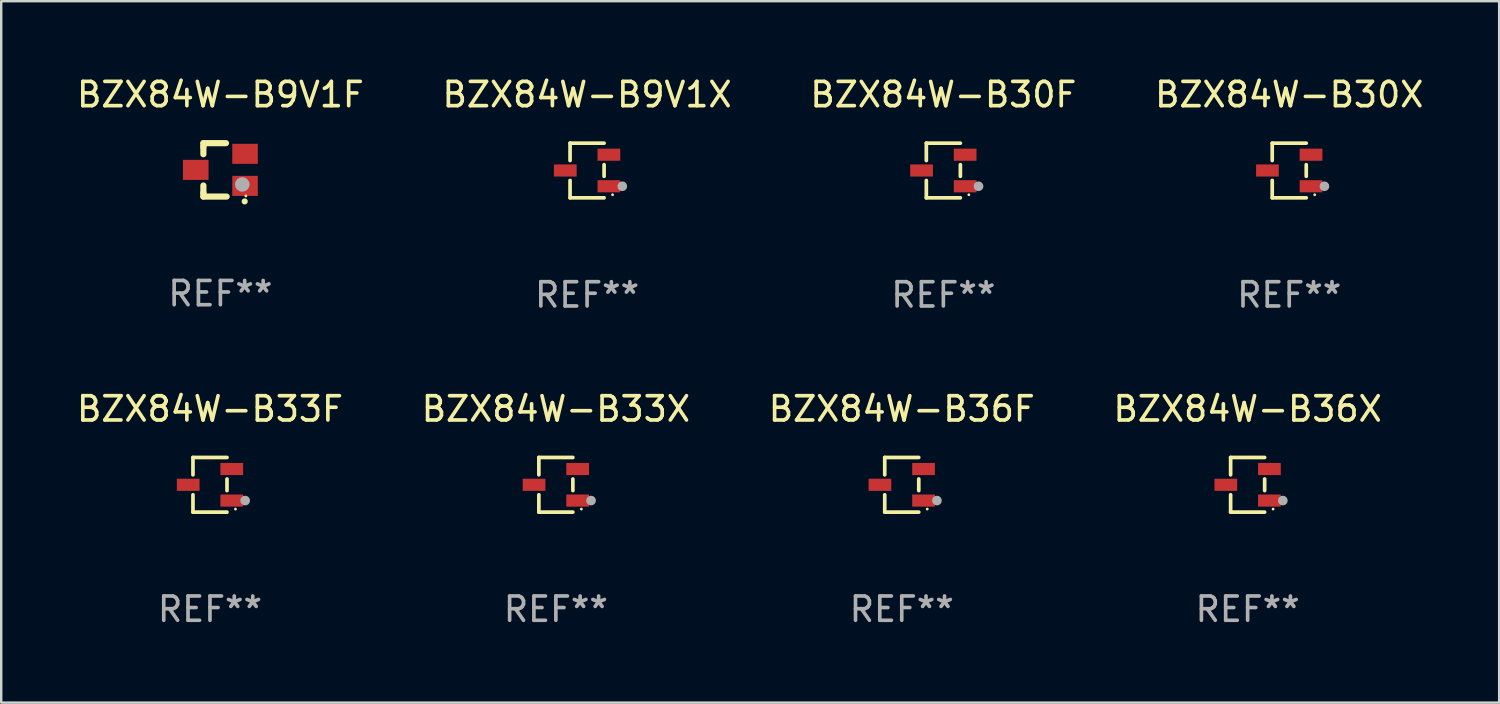
<source format=kicad_pcb>
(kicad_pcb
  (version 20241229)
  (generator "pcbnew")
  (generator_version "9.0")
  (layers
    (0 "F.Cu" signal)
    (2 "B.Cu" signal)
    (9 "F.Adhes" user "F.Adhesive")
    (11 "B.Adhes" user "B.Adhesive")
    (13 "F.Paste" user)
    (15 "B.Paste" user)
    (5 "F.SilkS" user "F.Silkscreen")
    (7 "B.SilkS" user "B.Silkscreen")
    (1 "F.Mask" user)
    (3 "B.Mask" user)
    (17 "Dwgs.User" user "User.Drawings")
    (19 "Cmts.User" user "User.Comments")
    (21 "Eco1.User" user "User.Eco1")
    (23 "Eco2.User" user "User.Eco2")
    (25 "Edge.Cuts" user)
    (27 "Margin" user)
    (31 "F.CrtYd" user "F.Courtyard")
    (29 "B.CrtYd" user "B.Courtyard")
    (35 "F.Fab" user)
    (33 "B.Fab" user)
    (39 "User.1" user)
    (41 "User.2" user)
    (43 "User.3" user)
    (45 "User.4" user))
  (footprint "BZX84W-B36X"
    (layer "F.Cu")
    (at 48.351 16.923)
    (property "Reference" "BZX84W-B36X" (at 0 -3.126 0) (layer "F.SilkS") (effects (font (size 1 1) (thickness 0.15))))
    (attr through_hole)
    (fp_line (start -0.701 -1.126) (end -0.701 -0.411) (stroke (width 0.152) (type solid)) (layer "F.SilkS"))
    (fp_line (start -0.701 1.126) (end -0.701 0.411) (stroke (width 0.152) (type solid)) (layer "F.SilkS"))
    (fp_line (start 0.701 -1.126) (end -0.701 -1.126) (stroke (width 0.152) (type solid)) (layer "F.SilkS"))
    (fp_line (start 0.701 -0.239) (end 0.701 0.239) (stroke (width 0.152) (type solid)) (layer "F.SilkS"))
    (fp_line (start 0.701 1.126) (end -0.701 1.126) (stroke (width 0.152) (type solid)) (layer "F.SilkS"))
    (fp_circle (center 1.05 1) (end 1.08 1) (stroke (width 0.06) (type solid)) (fill no) (layer "F.SilkS"))
    (fp_circle (center 1.45 0.65) (end 1.55 0.65) (stroke (width 0.2) (type solid)) (fill no) (layer "F.Fab"))
    (fp_text user "REF**" (at 0 5.126 0) (layer "F.Fab") (effects (font (size 1 1) (thickness 0.15))))
    (pad "1" smd rect (at 0.898 0.65) (size 0.936 0.5) (layers "F.Cu" "F.Mask" "F.Paste"))
    (pad "2" smd rect (at 0.898 -0.65) (size 0.936 0.5) (layers "F.Cu" "F.Mask" "F.Paste"))
    (pad "3" smd rect (at -0.898 0) (size 0.936 0.5) (layers "F.Cu" "F.Mask" "F.Paste")))
  (footprint "BZX84W-B30X"
    (layer "F.Cu")
    (at 50.065 3.974)
    (property "Reference" "BZX84W-B30X" (at 0 -3.126 0) (layer "F.SilkS") (effects (font (size 1 1) (thickness 0.15))))
    (attr through_hole)
    (fp_line (start -0.701 -1.126) (end -0.701 -0.411) (stroke (width 0.152) (type solid)) (layer "F.SilkS"))
    (fp_line (start -0.701 1.126) (end -0.701 0.411) (stroke (width 0.152) (type solid)) (layer "F.SilkS"))
    (fp_line (start 0.701 -1.126) (end -0.701 -1.126) (stroke (width 0.152) (type solid)) (layer "F.SilkS"))
    (fp_line (start 0.701 -0.239) (end 0.701 0.239) (stroke (width 0.152) (type solid)) (layer "F.SilkS"))
    (fp_line (start 0.701 1.126) (end -0.701 1.126) (stroke (width 0.152) (type solid)) (layer "F.SilkS"))
    (fp_circle (center 1.05 1) (end 1.08 1) (stroke (width 0.06) (type solid)) (fill no) (layer "F.SilkS"))
    (fp_circle (center 1.45 0.65) (end 1.55 0.65) (stroke (width 0.2) (type solid)) (fill no) (layer "F.Fab"))
    (fp_text user "REF**" (at 0 5.126 0) (layer "F.Fab") (effects (font (size 1 1) (thickness 0.15))))
    (pad "1" smd rect (at 0.898 0.65) (size 0.936 0.5) (layers "F.Cu" "F.Mask" "F.Paste"))
    (pad "2" smd rect (at 0.898 -0.65) (size 0.936 0.5) (layers "F.Cu" "F.Mask" "F.Paste"))
    (pad "3" smd rect (at -0.898 0) (size 0.936 0.5) (layers "F.Cu" "F.Mask" "F.Paste")))
  (footprint "BZX84W-B30F"
    (layer "F.Cu")
    (at 35.815 3.974)
    (property "Reference" "BZX84W-B30F" (at 0 -3.126 0) (layer "F.SilkS") (effects (font (size 1 1) (thickness 0.15))))
    (attr through_hole)
    (fp_line (start -0.701 -1.126) (end -0.701 -0.411) (stroke (width 0.152) (type solid)) (layer "F.SilkS"))
    (fp_line (start -0.701 1.126) (end -0.701 0.411) (stroke (width 0.152) (type solid)) (layer "F.SilkS"))
    (fp_line (start 0.701 -1.126) (end -0.701 -1.126) (stroke (width 0.152) (type solid)) (layer "F.SilkS"))
    (fp_line (start 0.701 -0.239) (end 0.701 0.239) (stroke (width 0.152) (type solid)) (layer "F.SilkS"))
    (fp_line (start 0.701 1.126) (end -0.701 1.126) (stroke (width 0.152) (type solid)) (layer "F.SilkS"))
    (fp_circle (center 1.05 1) (end 1.08 1) (stroke (width 0.06) (type solid)) (fill no) (layer "F.SilkS"))
    (fp_circle (center 1.45 0.65) (end 1.55 0.65) (stroke (width 0.2) (type solid)) (fill no) (layer "F.Fab"))
    (fp_text user "REF**" (at 0 5.126 0) (layer "F.Fab") (effects (font (size 1 1) (thickness 0.15))))
    (pad "1" smd rect (at 0.898 0.65) (size 0.936 0.5) (layers "F.Cu" "F.Mask" "F.Paste"))
    (pad "2" smd rect (at 0.898 -0.65) (size 0.936 0.5) (layers "F.Cu" "F.Mask" "F.Paste"))
    (pad "3" smd rect (at -0.898 0) (size 0.936 0.5) (layers "F.Cu" "F.Mask" "F.Paste")))
  (footprint "BZX84W-B33X"
    (layer "F.Cu")
    (at 19.851 16.923)
    (property "Reference" "BZX84W-B33X" (at 0 -3.126 0) (layer "F.SilkS") (effects (font (size 1 1) (thickness 0.15))))
    (attr through_hole)
    (fp_line (start -0.701 -1.126) (end -0.701 -0.411) (stroke (width 0.152) (type solid)) (layer "F.SilkS"))
    (fp_line (start -0.701 1.126) (end -0.701 0.411) (stroke (width 0.152) (type solid)) (layer "F.SilkS"))
    (fp_line (start 0.701 -1.126) (end -0.701 -1.126) (stroke (width 0.152) (type solid)) (layer "F.SilkS"))
    (fp_line (start 0.701 -0.239) (end 0.701 0.239) (stroke (width 0.152) (type solid)) (layer "F.SilkS"))
    (fp_line (start 0.701 1.126) (end -0.701 1.126) (stroke (width 0.152) (type solid)) (layer "F.SilkS"))
    (fp_circle (center 1.05 1) (end 1.08 1) (stroke (width 0.06) (type solid)) (fill no) (layer "F.SilkS"))
    (fp_circle (center 1.45 0.65) (end 1.55 0.65) (stroke (width 0.2) (type solid)) (fill no) (layer "F.Fab"))
    (fp_text user "REF**" (at 0 5.126 0) (layer "F.Fab") (effects (font (size 1 1) (thickness 0.15))))
    (pad "1" smd rect (at 0.898 0.65) (size 0.936 0.5) (layers "F.Cu" "F.Mask" "F.Paste"))
    (pad "2" smd rect (at 0.898 -0.65) (size 0.936 0.5) (layers "F.Cu" "F.Mask" "F.Paste"))
    (pad "3" smd rect (at -0.898 0) (size 0.936 0.5) (layers "F.Cu" "F.Mask" "F.Paste")))
  (footprint "BZX84W-B9V1F"
    (layer "F.Cu")
    (at 6.03 3.948)
    (property "Reference" "BZX84W-B9V1F" (at 0 -3.1 0) (layer "F.SilkS") (effects (font (size 1 1) (thickness 0.15))))
    (attr through_hole)
    (fp_line (start -0.701 -0.95) (end -0.701 -1.1) (stroke (width 0.254) (type solid)) (layer "F.SilkS"))
    (fp_line (start -0.701 -0.644) (end -0.701 -0.95) (stroke (width 0.254) (type solid)) (layer "F.SilkS"))
    (fp_line (start -0.701 0.95) (end -0.701 0.644) (stroke (width 0.254) (type solid)) (layer "F.SilkS"))
    (fp_line (start -0.701 0.95) (end -0.701 1.1) (stroke (width 0.254) (type solid)) (layer "F.SilkS"))
    (fp_line (start -0.7 -1.1) (end 0.23 -1.1) (stroke (width 0.254) (type solid)) (layer "F.SilkS"))
    (fp_line (start -0.7 1.1) (end 0.258 1.1) (stroke (width 0.254) (type solid)) (layer "F.SilkS"))
    (fp_arc (start 1 1.3) (mid 1.00127 1.299994) (end 1.00254 1.3) (stroke (width 0.24892) (type solid)) (layer "F.SilkS"))
    (fp_circle (center 1.05 1.075) (end 1.08 1.075) (stroke (width 0.06) (type solid)) (fill no) (layer "F.SilkS"))
    (fp_circle (center 0.9 0.6) (end 1.05 0.6) (stroke (width 0.3) (type solid)) (fill no) (layer "F.Fab"))
    (fp_text user "REF**" (at 0 5.1 0) (layer "F.Fab") (effects (font (size 1 1) (thickness 0.15))))
    (pad "1" smd rect (at 1.016 0.66) (size 1.054 0.826) (layers "F.Cu" "F.Mask" "F.Paste"))
    (pad "2" smd rect (at 1.016 -0.66) (size 1.054 0.826) (layers "F.Cu" "F.Mask" "F.Paste"))
    (pad "3" smd rect (at -1.016 0) (size 1.054 0.826) (layers "F.Cu" "F.Mask" "F.Paste")))
  (footprint "BZX84W-B9V1X"
    (layer "F.Cu")
    (at 21.137 3.974)
    (property "Reference" "BZX84W-B9V1X" (at 0 -3.126 0) (layer "F.SilkS") (effects (font (size 1 1) (thickness 0.15))))
    (attr through_hole)
    (fp_line (start -0.701 -1.126) (end -0.701 -0.411) (stroke (width 0.152) (type solid)) (layer "F.SilkS"))
    (fp_line (start -0.701 1.126) (end -0.701 0.411) (stroke (width 0.152) (type solid)) (layer "F.SilkS"))
    (fp_line (start 0.701 -1.126) (end -0.701 -1.126) (stroke (width 0.152) (type solid)) (layer "F.SilkS"))
    (fp_line (start 0.701 -0.239) (end 0.701 0.239) (stroke (width 0.152) (type solid)) (layer "F.SilkS"))
    (fp_line (start 0.701 1.126) (end -0.701 1.126) (stroke (width 0.152) (type solid)) (layer "F.SilkS"))
    (fp_circle (center 1.05 1) (end 1.08 1) (stroke (width 0.06) (type solid)) (fill no) (layer "F.SilkS"))
    (fp_circle (center 1.45 0.65) (end 1.55 0.65) (stroke (width 0.2) (type solid)) (fill no) (layer "F.Fab"))
    (fp_text user "REF**" (at 0 5.126 0) (layer "F.Fab") (effects (font (size 1 1) (thickness 0.15))))
    (pad "1" smd rect (at 0.898 0.65) (size 0.936 0.5) (layers "F.Cu" "F.Mask" "F.Paste"))
    (pad "2" smd rect (at 0.898 -0.65) (size 0.936 0.5) (layers "F.Cu" "F.Mask" "F.Paste"))
    (pad "3" smd rect (at -0.898 0) (size 0.936 0.5) (layers "F.Cu" "F.Mask" "F.Paste")))
  (footprint "BZX84W-B36F"
    (layer "F.Cu")
    (at 34.101 16.923)
    (property "Reference" "BZX84W-B36F" (at 0 -3.126 0) (layer "F.SilkS") (effects (font (size 1 1) (thickness 0.15))))
    (attr through_hole)
    (fp_line (start -0.701 -1.126) (end -0.701 -0.411) (stroke (width 0.152) (type solid)) (layer "F.SilkS"))
    (fp_line (start -0.701 1.126) (end -0.701 0.411) (stroke (width 0.152) (type solid)) (layer "F.SilkS"))
    (fp_line (start 0.701 -1.126) (end -0.701 -1.126) (stroke (width 0.152) (type solid)) (layer "F.SilkS"))
    (fp_line (start 0.701 -0.239) (end 0.701 0.239) (stroke (width 0.152) (type solid)) (layer "F.SilkS"))
    (fp_line (start 0.701 1.126) (end -0.701 1.126) (stroke (width 0.152) (type solid)) (layer "F.SilkS"))
    (fp_circle (center 1.05 1) (end 1.08 1) (stroke (width 0.06) (type solid)) (fill no) (layer "F.SilkS"))
    (fp_circle (center 1.45 0.65) (end 1.55 0.65) (stroke (width 0.2) (type solid)) (fill no) (layer "F.Fab"))
    (fp_text user "REF**" (at 0 5.126 0) (layer "F.Fab") (effects (font (size 1 1) (thickness 0.15))))
    (pad "1" smd rect (at 0.898 0.65) (size 0.936 0.5) (layers "F.Cu" "F.Mask" "F.Paste"))
    (pad "2" smd rect (at 0.898 -0.65) (size 0.936 0.5) (layers "F.Cu" "F.Mask" "F.Paste"))
    (pad "3" smd rect (at -0.898 0) (size 0.936 0.5) (layers "F.Cu" "F.Mask" "F.Paste")))
  (footprint "BZX84W-B33F"
    (layer "F.Cu")
    (at 5.601 16.923)
    (property "Reference" "BZX84W-B33F" (at 0 -3.126 0) (layer "F.SilkS") (effects (font (size 1 1) (thickness 0.15))))
    (attr through_hole)
    (fp_line (start -0.701 -1.126) (end -0.701 -0.411) (stroke (width 0.152) (type solid)) (layer "F.SilkS"))
    (fp_line (start -0.701 1.126) (end -0.701 0.411) (stroke (width 0.152) (type solid)) (layer "F.SilkS"))
    (fp_line (start 0.701 -1.126) (end -0.701 -1.126) (stroke (width 0.152) (type solid)) (layer "F.SilkS"))
    (fp_line (start 0.701 -0.239) (end 0.701 0.239) (stroke (width 0.152) (type solid)) (layer "F.SilkS"))
    (fp_line (start 0.701 1.126) (end -0.701 1.126) (stroke (width 0.152) (type solid)) (layer "F.SilkS"))
    (fp_circle (center 1.05 1) (end 1.08 1) (stroke (width 0.06) (type solid)) (fill no) (layer "F.SilkS"))
    (fp_circle (center 1.45 0.65) (end 1.55 0.65) (stroke (width 0.2) (type solid)) (fill no) (layer "F.Fab"))
    (fp_text user "REF**" (at 0 5.126 0) (layer "F.Fab") (effects (font (size 1 1) (thickness 0.15))))
    (pad "1" smd rect (at 0.898 0.65) (size 0.936 0.5) (layers "F.Cu" "F.Mask" "F.Paste"))
    (pad "2" smd rect (at 0.898 -0.65) (size 0.936 0.5) (layers "F.Cu" "F.Mask" "F.Paste"))
    (pad "3" smd rect (at -0.898 0) (size 0.936 0.5) (layers "F.Cu" "F.Mask" "F.Paste")))
  (gr_rect
    (start -3 -3)
    (end 58.714 25.898)
    (stroke (width 0.1) (type default))
    (fill no)
    (layer "Edge.Cuts")))
</source>
